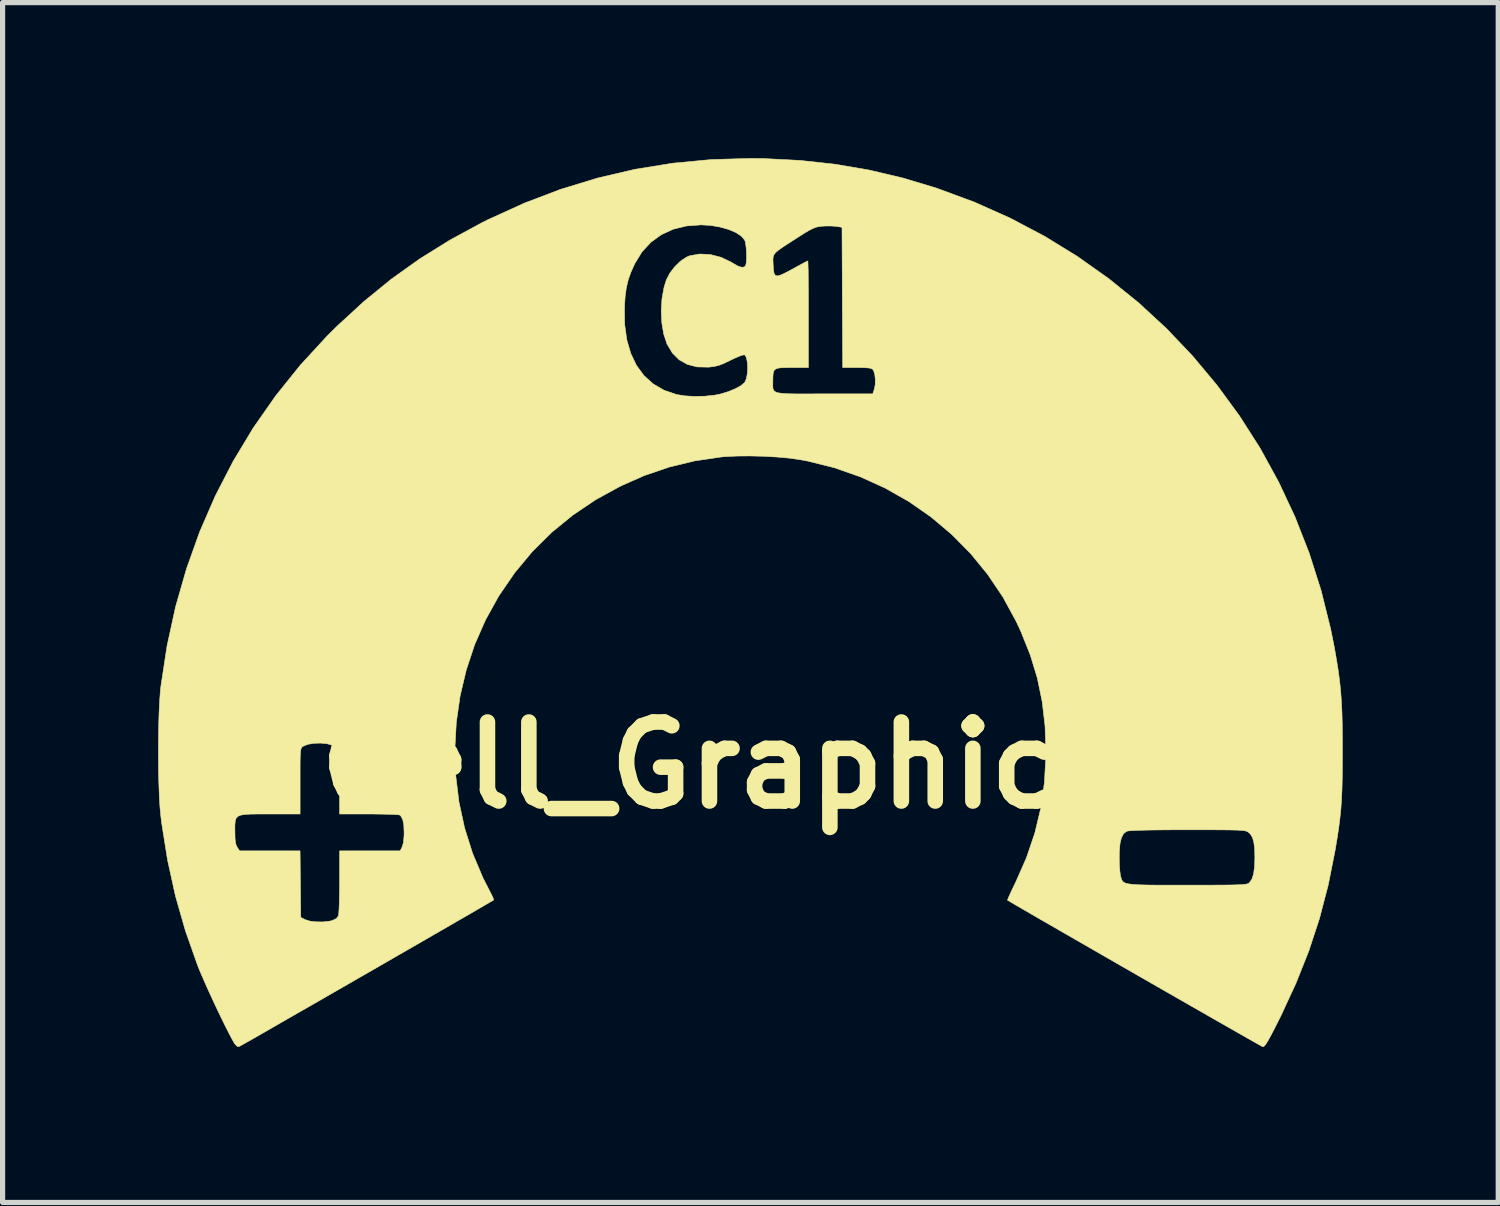
<source format=kicad_pcb>
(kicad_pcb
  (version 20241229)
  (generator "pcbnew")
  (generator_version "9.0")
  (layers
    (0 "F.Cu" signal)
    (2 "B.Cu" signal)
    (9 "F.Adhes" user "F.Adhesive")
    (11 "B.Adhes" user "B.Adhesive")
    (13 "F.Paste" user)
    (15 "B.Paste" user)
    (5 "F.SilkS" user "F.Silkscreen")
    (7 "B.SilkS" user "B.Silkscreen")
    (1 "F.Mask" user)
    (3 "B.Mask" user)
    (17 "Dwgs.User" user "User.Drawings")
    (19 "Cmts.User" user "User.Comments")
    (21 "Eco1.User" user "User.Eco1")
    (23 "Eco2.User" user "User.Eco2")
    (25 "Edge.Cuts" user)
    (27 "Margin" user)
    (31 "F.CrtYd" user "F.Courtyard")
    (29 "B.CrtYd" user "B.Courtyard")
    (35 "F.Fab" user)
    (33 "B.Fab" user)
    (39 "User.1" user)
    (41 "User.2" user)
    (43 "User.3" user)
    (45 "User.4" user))
  (footprint "Cell_Graphic_C1"
    (layer "F.Cu")
    (at 12.339 11.71)
    (property "Reference" "Cell_Graphic_C1" (at 0 0 0) (layer "F.SilkS") (effects (font (size 1.524 1.524) (thickness 0.3))))
    (attr through_hole)
    (fp_poly (pts (xy -0.66 -11.702) (xy 0.041 -11.666) (xy 0.717 -11.593) (xy 1.376 -11.48) (xy 2.028 -11.326) (xy 2.682 -11.129) (xy 2.692 -11.125) (xy 3.406 -10.861) (xy 4.095 -10.553) (xy 4.757 -10.204) (xy 5.39 -9.815) (xy 5.994 -9.387) (xy 6.567 -8.924) (xy 7.108 -8.425) (xy 7.614 -7.893) (xy 8.085 -7.329) (xy 8.519 -6.736) (xy 8.916 -6.114) (xy 9.272 -5.465) (xy 9.588 -4.791) (xy 9.861 -4.094) (xy 10.09 -3.375) (xy 10.274 -2.636) (xy 10.349 -2.261) (xy 10.389 -2.03) (xy 10.422 -1.823) (xy 10.448 -1.628) (xy 10.468 -1.438) (xy 10.482 -1.242) (xy 10.493 -1.031) (xy 10.499 -0.795) (xy 10.502 -0.525) (xy 10.502 -0.292) (xy 10.502 -0.001) (xy 10.499 0.248) (xy 10.494 0.464) (xy 10.485 0.658) (xy 10.473 0.838) (xy 10.455 1.013) (xy 10.433 1.192) (xy 10.404 1.385) (xy 10.368 1.601) (xy 10.362 1.638) (xy 10.229 2.307) (xy 10.061 2.951) (xy 9.854 3.582) (xy 9.605 4.208) (xy 9.312 4.84) (xy 9.289 4.885) (xy 9.2 5.062) (xy 9.13 5.197) (xy 9.076 5.296) (xy 9.035 5.364) (xy 9.005 5.405) (xy 8.982 5.425) (xy 8.964 5.428) (xy 8.963 5.428) (xy 8.938 5.414) (xy 8.872 5.377) (xy 8.769 5.319) (xy 8.632 5.241) (xy 8.465 5.146) (xy 8.271 5.035) (xy 8.053 4.911) (xy 7.816 4.775) (xy 7.562 4.63) (xy 7.295 4.477) (xy 7.018 4.318) (xy 6.735 4.156) (xy 6.45 3.992) (xy 6.164 3.828) (xy 5.884 3.667) (xy 5.61 3.509) (xy 5.348 3.358) (xy 5.099 3.215) (xy 4.869 3.082) (xy 4.66 2.962) (xy 4.476 2.855) (xy 4.319 2.764) (xy 4.195 2.692) (xy 4.105 2.639) (xy 4.054 2.608) (xy 4.043 2.602) (xy 4.05 2.578) (xy 4.077 2.516) (xy 4.118 2.426) (xy 4.172 2.314) (xy 4.2 2.256) (xy 4.409 1.781) (xy 4.412 1.772) (xy 6.198 1.772) (xy 6.2 1.896) (xy 6.207 2.011) (xy 6.217 2.101) (xy 6.224 2.139) (xy 6.235 2.178) (xy 6.247 2.211) (xy 6.263 2.238) (xy 6.29 2.26) (xy 6.33 2.277) (xy 6.388 2.289) (xy 6.469 2.299) (xy 6.577 2.305) (xy 6.716 2.309) (xy 6.891 2.311) (xy 7.105 2.311) (xy 7.364 2.311) (xy 7.511 2.311) (xy 7.783 2.311) (xy 8.009 2.311) (xy 8.193 2.31) (xy 8.34 2.309) (xy 8.454 2.306) (xy 8.54 2.303) (xy 8.603 2.298) (xy 8.646 2.292) (xy 8.675 2.285) (xy 8.695 2.276) (xy 8.709 2.264) (xy 8.711 2.262) (xy 8.758 2.193) (xy 8.79 2.091) (xy 8.808 1.951) (xy 8.814 1.778) (xy 8.809 1.608) (xy 8.793 1.48) (xy 8.765 1.387) (xy 8.722 1.321) (xy 8.695 1.297) (xy 8.678 1.284) (xy 8.657 1.274) (xy 8.629 1.265) (xy 8.588 1.259) (xy 8.53 1.254) (xy 8.45 1.25) (xy 8.344 1.248) (xy 8.206 1.246) (xy 8.032 1.245) (xy 7.817 1.245) (xy 7.557 1.245) (xy 7.516 1.245) (xy 7.211 1.245) (xy 6.955 1.247) (xy 6.745 1.25) (xy 6.581 1.254) (xy 6.46 1.259) (xy 6.381 1.265) (xy 6.341 1.273) (xy 6.34 1.273) (xy 6.281 1.319) (xy 6.239 1.398) (xy 6.212 1.514) (xy 6.199 1.673) (xy 6.198 1.772) (xy 4.412 1.772) (xy 4.57 1.306) (xy 4.685 0.826) (xy 4.755 0.331) (xy 4.783 -0.185) (xy 4.783 -0.254) (xy 4.767 -0.753) (xy 4.712 -1.225) (xy 4.618 -1.681) (xy 4.481 -2.13) (xy 4.3 -2.582) (xy 4.207 -2.781) (xy 3.954 -3.245) (xy 3.661 -3.68) (xy 3.331 -4.084) (xy 2.965 -4.454) (xy 2.568 -4.789) (xy 2.14 -5.087) (xy 1.685 -5.345) (xy 1.206 -5.563) (xy 0.705 -5.738) (xy 0.184 -5.868) (xy 0.038 -5.895) (xy -0.166 -5.924) (xy -0.405 -5.945) (xy -0.664 -5.96) (xy -0.926 -5.966) (xy -1.178 -5.964) (xy -1.402 -5.953) (xy -1.477 -5.946) (xy -1.989 -5.871) (xy -2.481 -5.752) (xy -2.961 -5.588) (xy -3.416 -5.387) (xy -3.897 -5.124) (xy -4.341 -4.825) (xy -4.75 -4.491) (xy -5.123 -4.121) (xy -5.462 -3.713) (xy -5.767 -3.268) (xy -5.771 -3.261) (xy -6.024 -2.805) (xy -6.233 -2.33) (xy -6.396 -1.839) (xy -6.515 -1.337) (xy -6.588 -0.828) (xy -6.616 -0.315) (xy -6.599 0.198) (xy -6.537 0.706) (xy -6.429 1.207) (xy -6.275 1.696) (xy -6.075 2.169) (xy -5.948 2.418) (xy -5.906 2.5) (xy -5.877 2.563) (xy -5.867 2.596) (xy -5.868 2.598) (xy -5.892 2.613) (xy -5.958 2.651) (xy -6.06 2.711) (xy -6.196 2.79) (xy -6.362 2.887) (xy -6.556 2.998) (xy -6.772 3.124) (xy -7.009 3.26) (xy -7.263 3.407) (xy -7.529 3.56) (xy -7.805 3.719) (xy -8.087 3.882) (xy -8.373 4.046) (xy -8.657 4.21) (xy -8.938 4.371) (xy -9.211 4.529) (xy -9.473 4.679) (xy -9.721 4.821) (xy -9.951 4.953) (xy -10.159 5.073) (xy -10.343 5.179) (xy -10.499 5.268) (xy -10.624 5.339) (xy -10.713 5.389) (xy -10.764 5.418) (xy -10.775 5.424) (xy -10.815 5.421) (xy -10.858 5.376) (xy -10.872 5.355) (xy -10.919 5.272) (xy -10.983 5.15) (xy -11.059 4.999) (xy -11.143 4.827) (xy -11.231 4.642) (xy -11.319 4.453) (xy -11.403 4.269) (xy -11.478 4.098) (xy -11.542 3.949) (xy -11.577 3.861) (xy -11.812 3.195) (xy -12.005 2.521) (xy -12.157 1.83) (xy -12.251 1.24) (xy -10.859 1.24) (xy -10.858 1.28) (xy -10.856 1.405) (xy -10.847 1.492) (xy -10.83 1.552) (xy -10.813 1.582) (xy -10.768 1.651) (xy -9.602 1.651) (xy -9.595 2.292) (xy -9.588 2.934) (xy -9.5 2.978) (xy -9.409 3.006) (xy -9.288 3.02) (xy -9.156 3.021) (xy -9.03 3.006) (xy -8.984 2.996) (xy -8.901 2.956) (xy -8.863 2.905) (xy -8.856 2.862) (xy -8.85 2.776) (xy -8.845 2.656) (xy -8.842 2.509) (xy -8.84 2.344) (xy -8.839 2.246) (xy -8.839 1.651) (xy -7.672 1.651) (xy -7.633 1.576) (xy -7.608 1.491) (xy -7.596 1.361) (xy -7.595 1.295) (xy -7.601 1.148) (xy -7.622 1.045) (xy -7.658 0.979) (xy -7.681 0.959) (xy -7.714 0.954) (xy -7.789 0.949) (xy -7.9 0.945) (xy -8.039 0.942) (xy -8.198 0.94) (xy -8.274 0.94) (xy -8.839 0.94) (xy -8.839 0.329) (xy -8.839 0.138) (xy -8.84 -0.01) (xy -8.842 -0.119) (xy -8.846 -0.198) (xy -8.852 -0.252) (xy -8.861 -0.288) (xy -8.873 -0.313) (xy -8.89 -0.332) (xy -8.899 -0.342) (xy -8.973 -0.386) (xy -9.08 -0.415) (xy -9.206 -0.428) (xy -9.335 -0.424) (xy -9.453 -0.404) (xy -9.544 -0.366) (xy -9.562 -0.353) (xy -9.575 -0.337) (xy -9.585 -0.311) (xy -9.592 -0.269) (xy -9.597 -0.205) (xy -9.6 -0.112) (xy -9.601 0.015) (xy -9.601 0.183) (xy -9.601 0.305) (xy -9.601 0.94) (xy -10.181 0.94) (xy -10.384 0.94) (xy -10.542 0.941) (xy -10.66 0.948) (xy -10.745 0.961) (xy -10.801 0.985) (xy -10.835 1.022) (xy -10.852 1.075) (xy -10.858 1.147) (xy -10.859 1.24) (xy -12.251 1.24) (xy -12.271 1.113) (xy -12.286 0.991) (xy -12.303 0.817) (xy -12.316 0.603) (xy -12.325 0.357) (xy -12.332 0.09) (xy -12.334 -0.19) (xy -12.333 -0.472) (xy -12.329 -0.748) (xy -12.321 -1.006) (xy -12.31 -1.239) (xy -12.296 -1.436) (xy -12.286 -1.524) (xy -12.168 -2.299) (xy -12.003 -3.056) (xy -11.792 -3.791) (xy -11.537 -4.505) (xy -11.236 -5.197) (xy -10.892 -5.864) (xy -10.505 -6.506) (xy -10.074 -7.123) (xy -9.602 -7.711) (xy -9.087 -8.272) (xy -8.887 -8.471) (xy -8.5 -8.826) (xy -3.345 -8.826) (xy -3.341 -8.501) (xy -3.3 -8.206) (xy -3.223 -7.942) (xy -3.113 -7.712) (xy -2.968 -7.515) (xy -2.791 -7.356) (xy -2.582 -7.234) (xy -2.343 -7.152) (xy -2.342 -7.151) (xy -2.18 -7.125) (xy -1.988 -7.114) (xy -1.789 -7.119) (xy -1.601 -7.139) (xy -1.488 -7.162) (xy -1.339 -7.208) (xy -1.206 -7.263) (xy -1.138 -7.3) (xy -0.484 -7.3) (xy -0.479 -7.258) (xy -0.463 -7.226) (xy -0.432 -7.201) (xy -0.382 -7.184) (xy -0.308 -7.173) (xy -0.205 -7.166) (xy -0.069 -7.163) (xy 0.106 -7.162) (xy 0.324 -7.163) (xy 0.507 -7.163) (xy 1.444 -7.163) (xy 1.474 -7.255) (xy 1.491 -7.342) (xy 1.493 -7.444) (xy 1.482 -7.541) (xy 1.459 -7.615) (xy 1.448 -7.632) (xy 1.422 -7.65) (xy 1.374 -7.662) (xy 1.294 -7.668) (xy 1.174 -7.671) (xy 1.14 -7.671) (xy 0.864 -7.671) (xy 0.857 -9.023) (xy 0.851 -10.376) (xy 0.737 -10.394) (xy 0.645 -10.401) (xy 0.534 -10.401) (xy 0.467 -10.397) (xy 0.405 -10.39) (xy 0.349 -10.377) (xy 0.29 -10.354) (xy 0.219 -10.318) (xy 0.126 -10.263) (xy 0.003 -10.185) (xy -0.04 -10.157) (xy -0.188 -10.062) (xy -0.299 -9.989) (xy -0.378 -9.933) (xy -0.431 -9.887) (xy -0.462 -9.846) (xy -0.477 -9.803) (xy -0.481 -9.754) (xy -0.479 -9.691) (xy -0.477 -9.656) (xy -0.471 -9.552) (xy -0.458 -9.482) (xy -0.431 -9.445) (xy -0.385 -9.439) (xy -0.312 -9.463) (xy -0.207 -9.515) (xy -0.103 -9.571) (xy 0.004 -9.63) (xy 0.095 -9.679) (xy 0.16 -9.713) (xy 0.191 -9.728) (xy 0.192 -9.728) (xy 0.194 -9.704) (xy 0.196 -9.634) (xy 0.199 -9.524) (xy 0.2 -9.379) (xy 0.202 -9.205) (xy 0.203 -9.006) (xy 0.203 -8.789) (xy 0.203 -8.7) (xy 0.203 -7.671) (xy -0.113 -7.671) (xy -0.257 -7.67) (xy -0.358 -7.664) (xy -0.423 -7.647) (xy -0.46 -7.614) (xy -0.477 -7.56) (xy -0.482 -7.48) (xy -0.483 -7.417) (xy -0.484 -7.352) (xy -0.484 -7.3) (xy -1.138 -7.3) (xy -1.1 -7.321) (xy -1.032 -7.378) (xy -1.021 -7.393) (xy -0.992 -7.464) (xy -0.975 -7.559) (xy -0.969 -7.663) (xy -0.974 -7.765) (xy -0.99 -7.85) (xy -1.015 -7.905) (xy -1.031 -7.916) (xy -1.068 -7.911) (xy -1.138 -7.887) (xy -1.23 -7.846) (xy -1.302 -7.812) (xy -1.423 -7.753) (xy -1.517 -7.716) (xy -1.604 -7.694) (xy -1.699 -7.681) (xy -1.728 -7.679) (xy -1.942 -7.683) (xy -2.13 -7.731) (xy -2.29 -7.821) (xy -2.422 -7.953) (xy -2.525 -8.126) (xy -2.526 -8.13) (xy -2.588 -8.315) (xy -2.624 -8.53) (xy -2.636 -8.762) (xy -2.622 -8.995) (xy -2.582 -9.217) (xy -2.538 -9.36) (xy -2.471 -9.49) (xy -2.376 -9.615) (xy -2.265 -9.723) (xy -2.148 -9.801) (xy -2.083 -9.828) (xy -1.891 -9.861) (xy -1.687 -9.85) (xy -1.483 -9.798) (xy -1.288 -9.705) (xy -1.245 -9.678) (xy -1.144 -9.622) (xy -1.067 -9.603) (xy -1.018 -9.622) (xy -1.006 -9.641) (xy -0.994 -9.705) (xy -0.99 -9.8) (xy -0.992 -9.908) (xy -1.001 -10.013) (xy -1.015 -10.096) (xy -1.027 -10.131) (xy -1.091 -10.206) (xy -1.196 -10.275) (xy -1.335 -10.334) (xy -1.497 -10.38) (xy -1.675 -10.411) (xy -1.859 -10.423) (xy -1.867 -10.423) (xy -2.148 -10.402) (xy -2.405 -10.339) (xy -2.635 -10.233) (xy -2.836 -10.087) (xy -3.007 -9.902) (xy -3.144 -9.679) (xy -3.149 -9.669) (xy -3.221 -9.509) (xy -3.273 -9.361) (xy -3.309 -9.209) (xy -3.332 -9.038) (xy -3.345 -8.832) (xy -3.345 -8.826) (xy -8.5 -8.826) (xy -8.37 -8.946) (xy -7.841 -9.377) (xy -7.29 -9.77) (xy -6.711 -10.13) (xy -6.094 -10.465) (xy -5.973 -10.525) (xy -5.275 -10.843) (xy -4.572 -11.11) (xy -3.861 -11.327) (xy -3.141 -11.495) (xy -2.41 -11.613) (xy -1.666 -11.683) (xy -0.909 -11.705) (xy -0.66 -11.702)) (stroke (width 0.01) (type solid)) (fill yes) (layer "F.SilkS")))
  (gr_rect
    (start -3 -3)
    (end 25.847 20.142)
    (stroke (width 0.1) (type default))
    (fill no)
    (layer "Edge.Cuts")))
</source>
